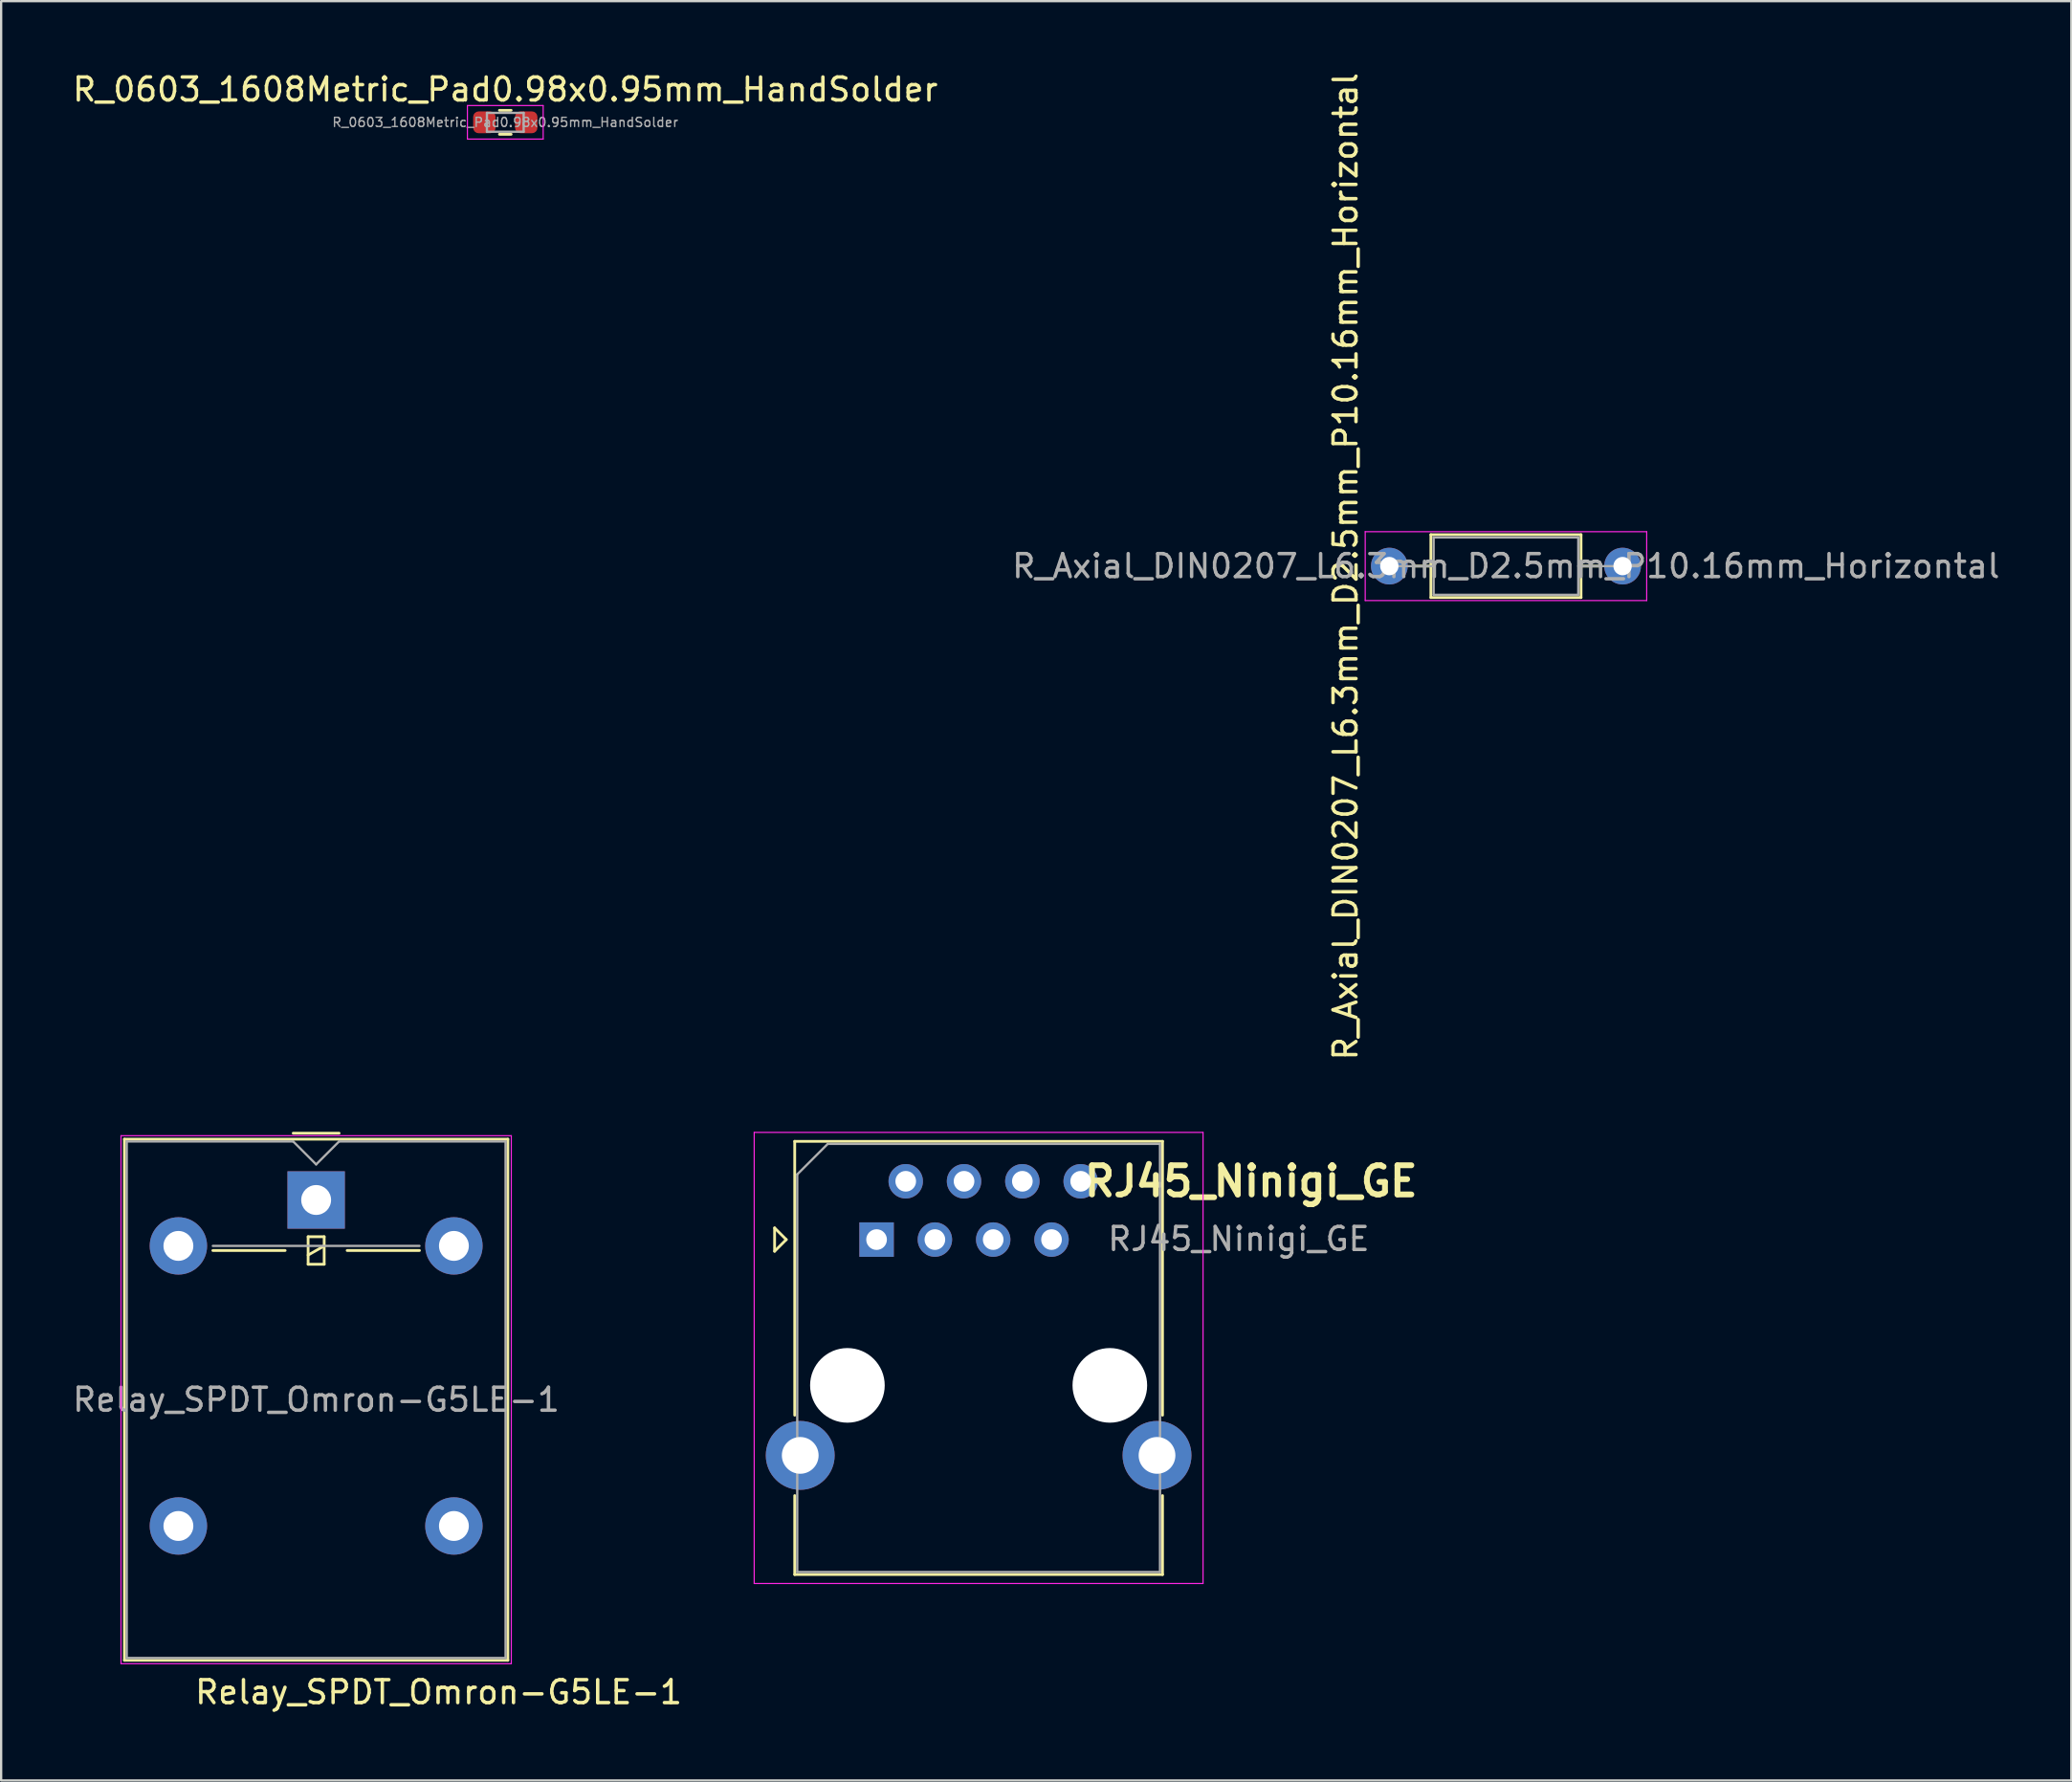
<source format=kicad_pcb>
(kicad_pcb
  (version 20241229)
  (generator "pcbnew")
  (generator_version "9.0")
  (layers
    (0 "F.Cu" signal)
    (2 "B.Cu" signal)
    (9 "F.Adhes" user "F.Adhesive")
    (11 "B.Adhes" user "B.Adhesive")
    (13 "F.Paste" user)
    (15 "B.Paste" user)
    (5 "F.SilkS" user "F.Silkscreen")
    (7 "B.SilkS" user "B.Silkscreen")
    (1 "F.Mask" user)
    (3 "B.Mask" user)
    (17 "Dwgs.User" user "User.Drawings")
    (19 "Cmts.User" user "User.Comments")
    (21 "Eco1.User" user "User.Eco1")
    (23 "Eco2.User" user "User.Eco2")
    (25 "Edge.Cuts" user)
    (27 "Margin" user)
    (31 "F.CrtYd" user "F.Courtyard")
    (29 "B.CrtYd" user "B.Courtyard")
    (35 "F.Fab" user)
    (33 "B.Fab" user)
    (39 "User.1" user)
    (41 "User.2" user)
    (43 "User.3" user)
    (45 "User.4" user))
  (footprint "R_0603_1608Metric_Pad0.98x0.95mm_HandSolder"
    (layer "F.Cu")
    (at 18.958 2.278)
    (property "Reference" "R_0603_1608Metric_Pad0.98x0.95mm_HandSolder" (at 0 -1.43 0) (layer "F.SilkS") (effects (font (size 1 1) (thickness 0.15))))
    (attr smd)
    (fp_line (start -0.255 -0.522) (end 0.255 -0.522) (stroke (width 0.12) (type solid)) (layer "F.SilkS"))
    (fp_line (start -0.255 0.522) (end 0.255 0.522) (stroke (width 0.12) (type solid)) (layer "F.SilkS"))
    (fp_line (start -1.65 -0.73) (end 1.65 -0.73) (stroke (width 0.05) (type solid)) (layer "F.CrtYd"))
    (fp_line (start -1.65 0.73) (end -1.65 -0.73) (stroke (width 0.05) (type solid)) (layer "F.CrtYd"))
    (fp_line (start 1.65 -0.73) (end 1.65 0.73) (stroke (width 0.05) (type solid)) (layer "F.CrtYd"))
    (fp_line (start 1.65 0.73) (end -1.65 0.73) (stroke (width 0.05) (type solid)) (layer "F.CrtYd"))
    (fp_line (start -0.8 -0.412) (end 0.8 -0.412) (stroke (width 0.1) (type solid)) (layer "F.Fab"))
    (fp_line (start -0.8 0.412) (end -0.8 -0.412) (stroke (width 0.1) (type solid)) (layer "F.Fab"))
    (fp_line (start 0.8 -0.412) (end 0.8 0.412) (stroke (width 0.1) (type solid)) (layer "F.Fab"))
    (fp_line (start 0.8 0.412) (end -0.8 0.412) (stroke (width 0.1) (type solid)) (layer "F.Fab"))
    (fp_text user "${REFERENCE}" (at 0 0 0) (layer "F.Fab") (effects (font (size 0.4 0.4) (thickness 0.06))))
    (pad "1" smd roundrect (at -0.912 0) (size 0.975 0.95) (layers "F.Cu" "F.Mask" "F.Paste") (roundrect_rratio 0.25))
    (pad "2" smd roundrect (at 0.912 0) (size 0.975 0.95) (layers "F.Cu" "F.Mask" "F.Paste") (roundrect_rratio 0.25)))
  (footprint "Relay_SPDT_Omron-G5LE-1"
    (layer "F.Cu")
    (at 10.72 49.22)
    (property "Reference" "Relay_SPDT_Omron-G5LE-1" (at 5.334 21.438 180) (layer "F.SilkS") (effects (font (size 1 1) (thickness 0.15))))
    (attr through_hole)
    (fp_line (start -8.35 -2.65) (end -8.35 20.05) (stroke (width 0.12) (type solid)) (layer "F.SilkS"))
    (fp_line (start -8.35 20.05) (end 8.35 20.05) (stroke (width 0.12) (type solid)) (layer "F.SilkS"))
    (fp_line (start -4.5 2.2) (end -1.35 2.2) (stroke (width 0.12) (type solid)) (layer "F.SilkS"))
    (fp_line (start -1 -2.91) (end 1 -2.91) (stroke (width 0.12) (type solid)) (layer "F.SilkS"))
    (fp_line (start -0.35 1.6) (end -0.35 2.8) (stroke (width 0.12) (type solid)) (layer "F.SilkS"))
    (fp_line (start -0.35 2.4) (end 0.35 2) (stroke (width 0.12) (type solid)) (layer "F.SilkS"))
    (fp_line (start -0.35 2.8) (end 0.35 2.8) (stroke (width 0.12) (type solid)) (layer "F.SilkS"))
    (fp_line (start 0.35 1.6) (end -0.35 1.6) (stroke (width 0.12) (type solid)) (layer "F.SilkS"))
    (fp_line (start 0.35 2.8) (end 0.35 1.6) (stroke (width 0.12) (type solid)) (layer "F.SilkS"))
    (fp_line (start 1.35 2.2) (end 4.5 2.2) (stroke (width 0.12) (type solid)) (layer "F.SilkS"))
    (fp_line (start 8.35 -2.65) (end -8.35 -2.65) (stroke (width 0.12) (type solid)) (layer "F.SilkS"))
    (fp_line (start 8.35 20.05) (end 8.35 -2.65) (stroke (width 0.12) (type solid)) (layer "F.SilkS"))
    (fp_line (start -8.5 -2.8) (end -8.5 20.2) (stroke (width 0.05) (type solid)) (layer "F.CrtYd"))
    (fp_line (start -8.5 20.2) (end 8.5 20.2) (stroke (width 0.05) (type solid)) (layer "F.CrtYd"))
    (fp_line (start 8.5 -2.8) (end -8.5 -2.8) (stroke (width 0.05) (type solid)) (layer "F.CrtYd"))
    (fp_line (start 8.5 20.2) (end 8.5 -2.8) (stroke (width 0.05) (type solid)) (layer "F.CrtYd"))
    (fp_line (start -8.25 -2.55) (end -1 -2.55) (stroke (width 0.1) (type solid)) (layer "F.Fab"))
    (fp_line (start -8.25 19.95) (end -8.25 -2.55) (stroke (width 0.1) (type solid)) (layer "F.Fab"))
    (fp_line (start -4.5 2) (end 4.5 2) (stroke (width 0.1) (type solid)) (layer "F.Fab"))
    (fp_line (start -1 -2.55) (end 0 -1.55) (stroke (width 0.1) (type solid)) (layer "F.Fab"))
    (fp_line (start 0 -1.55) (end 1 -2.55) (stroke (width 0.1) (type solid)) (layer "F.Fab"))
    (fp_line (start 1 -2.55) (end 8.25 -2.55) (stroke (width 0.1) (type solid)) (layer "F.Fab"))
    (fp_line (start 8.25 -2.55) (end 8.25 19.95) (stroke (width 0.1) (type solid)) (layer "F.Fab"))
    (fp_line (start 8.25 19.95) (end -8.25 19.95) (stroke (width 0.1) (type solid)) (layer "F.Fab"))
    (fp_text user "${REFERENCE}" (at 0 8.7 180) (layer "F.Fab") (effects (font (size 1 1) (thickness 0.15))))
    (pad "1" thru_hole rect (at 0 0) (size 2.5 2.5) (drill 1.3) (layers "*.Cu" "*.Mask"))
    (pad "2" thru_hole oval (at -6 2) (size 2.5 2.5) (drill 1.3) (layers "*.Cu" "*.Mask"))
    (pad "3" thru_hole oval (at -6 14.2) (size 2.5 2.5) (drill 1.3) (layers "*.Cu" "*.Mask"))
    (pad "4" thru_hole oval (at 6 14.2) (size 2.5 2.5) (drill 1.3) (layers "*.Cu" "*.Mask"))
    (pad "5" thru_hole oval (at 6 2) (size 2.5 2.5) (drill 1.3) (layers "*.Cu" "*.Mask")))
  (footprint "R_Axial_DIN0207_L6.3mm_D2.5mm_P10.16mm_Horizontal"
    (layer "F.Cu")
    (at 57.462 21.609)
    (property "Reference" "R_Axial_DIN0207_L6.3mm_D2.5mm_P10.16mm_Horizontal" (at -1.907 0.016 90) (layer "F.SilkS") (effects (font (size 1 1) (thickness 0.15))))
    (attr through_hole)
    (fp_line (start 1.04 0) (end 1.81 0) (stroke (width 0.12) (type solid)) (layer "F.SilkS"))
    (fp_line (start 1.81 -1.37) (end 1.81 1.37) (stroke (width 0.12) (type solid)) (layer "F.SilkS"))
    (fp_line (start 1.81 1.37) (end 8.35 1.37) (stroke (width 0.12) (type solid)) (layer "F.SilkS"))
    (fp_line (start 8.35 -1.37) (end 1.81 -1.37) (stroke (width 0.12) (type solid)) (layer "F.SilkS"))
    (fp_line (start 8.35 1.37) (end 8.35 -1.37) (stroke (width 0.12) (type solid)) (layer "F.SilkS"))
    (fp_line (start 9.12 0) (end 8.35 0) (stroke (width 0.12) (type solid)) (layer "F.SilkS"))
    (fp_line (start -1.05 -1.5) (end -1.05 1.5) (stroke (width 0.05) (type solid)) (layer "F.CrtYd"))
    (fp_line (start -1.05 1.5) (end 11.21 1.5) (stroke (width 0.05) (type solid)) (layer "F.CrtYd"))
    (fp_line (start 11.21 -1.5) (end -1.05 -1.5) (stroke (width 0.05) (type solid)) (layer "F.CrtYd"))
    (fp_line (start 11.21 1.5) (end 11.21 -1.5) (stroke (width 0.05) (type solid)) (layer "F.CrtYd"))
    (fp_line (start 0 0) (end 1.93 0) (stroke (width 0.1) (type solid)) (layer "F.Fab"))
    (fp_line (start 1.93 -1.25) (end 1.93 1.25) (stroke (width 0.1) (type solid)) (layer "F.Fab"))
    (fp_line (start 1.93 1.25) (end 8.23 1.25) (stroke (width 0.1) (type solid)) (layer "F.Fab"))
    (fp_line (start 8.23 -1.25) (end 1.93 -1.25) (stroke (width 0.1) (type solid)) (layer "F.Fab"))
    (fp_line (start 8.23 1.25) (end 8.23 -1.25) (stroke (width 0.1) (type solid)) (layer "F.Fab"))
    (fp_line (start 10.16 0) (end 8.23 0) (stroke (width 0.1) (type solid)) (layer "F.Fab"))
    (fp_text user "${REFERENCE}" (at 5.08 0 0) (layer "F.Fab") (effects (font (size 1 1) (thickness 0.15))))
    (pad "1" thru_hole circle (at 0 0) (size 1.6 1.6) (drill 0.8) (layers "*.Cu" "*.Mask"))
    (pad "2" thru_hole oval (at 10.16 0) (size 1.6 1.6) (drill 0.8) (layers "*.Cu" "*.Mask")))
  (footprint "RJ45_Ninigi_GE"
    (layer "F.Cu")
    (at 35.129 50.945)
    (property "Reference" "RJ45_Ninigi_GE" (at 16.307 -2.541 0) (layer "F.SilkS") (effects (font (size 1.27 1.27) (thickness 0.254) (bold yes))))
    (attr through_hole)
    (fp_line (start -4.441 -0.508) (end -4.441 0.508) (stroke (width 0.12) (type solid)) (layer "F.SilkS"))
    (fp_line (start -4.441 0.508) (end -3.933 0) (stroke (width 0.12) (type solid)) (layer "F.SilkS"))
    (fp_line (start -3.933 0) (end -4.441 -0.508) (stroke (width 0.12) (type solid)) (layer "F.SilkS"))
    (fp_line (start -3.565 -4.28) (end -3.565 7.65) (stroke (width 0.12) (type solid)) (layer "F.SilkS"))
    (fp_line (start -3.565 11.15) (end -3.565 14.59) (stroke (width 0.12) (type solid)) (layer "F.SilkS"))
    (fp_line (start 12.455 -4.28) (end -3.565 -4.28) (stroke (width 0.12) (type solid)) (layer "F.SilkS"))
    (fp_line (start 12.455 -4.28) (end 12.455 7.65) (stroke (width 0.12) (type solid)) (layer "F.SilkS"))
    (fp_line (start 12.455 11.15) (end 12.455 14.59) (stroke (width 0.12) (type solid)) (layer "F.SilkS"))
    (fp_line (start 12.455 14.59) (end -3.565 14.59) (stroke (width 0.12) (type solid)) (layer "F.SilkS"))
    (fp_line (start -5.33 -4.67) (end 14.22 -4.67) (stroke (width 0.05) (type solid)) (layer "F.CrtYd"))
    (fp_line (start -5.33 14.98) (end -5.33 -4.67) (stroke (width 0.05) (type solid)) (layer "F.CrtYd"))
    (fp_line (start 14.22 -4.67) (end 14.22 14.98) (stroke (width 0.05) (type solid)) (layer "F.CrtYd"))
    (fp_line (start 14.22 14.98) (end -5.33 14.98) (stroke (width 0.05) (type solid)) (layer "F.CrtYd"))
    (fp_line (start -3.455 -2.84) (end -3.455 14.48) (stroke (width 0.1) (type solid)) (layer "F.Fab"))
    (fp_line (start -3.455 -2.84) (end -2.125 -4.17) (stroke (width 0.1) (type solid)) (layer "F.Fab"))
    (fp_line (start 12.345 -4.17) (end -2.125 -4.17) (stroke (width 0.1) (type solid)) (layer "F.Fab"))
    (fp_line (start 12.345 14.48) (end -3.455 14.48) (stroke (width 0.1) (type solid)) (layer "F.Fab"))
    (fp_line (start 12.345 14.48) (end 12.345 -4.17) (stroke (width 0.1) (type solid)) (layer "F.Fab"))
    (fp_text user "${REFERENCE}" (at 15.773 -0.027 0) (layer "F.Fab") (effects (font (size 1 1) (thickness 0.15))))
    (pad "" np_thru_hole circle (at -1.27 6.35) (size 3.25 3.25) (drill 3.25) (layers "*.Cu" "*.Mask"))
    (pad "" np_thru_hole circle (at 10.16 6.35 180) (size 3.25 3.25) (drill 3.25) (layers "*.Cu" "*.Mask"))
    (pad "1" thru_hole rect (at 0 0 180) (size 1.5 1.5) (drill 0.9) (layers "*.Cu" "*.Mask"))
    (pad "2" thru_hole circle (at 1.27 -2.54 180) (size 1.5 1.5) (drill 0.9) (layers "*.Cu" "*.Mask"))
    (pad "3" thru_hole circle (at 2.54 0 180) (size 1.5 1.5) (drill 0.9) (layers "*.Cu" "*.Mask"))
    (pad "4" thru_hole circle (at 3.81 -2.54 180) (size 1.5 1.5) (drill 0.9) (layers "*.Cu" "*.Mask"))
    (pad "5" thru_hole circle (at 5.08 0 180) (size 1.5 1.5) (drill 0.9) (layers "*.Cu" "*.Mask"))
    (pad "6" thru_hole circle (at 6.35 -2.54 180) (size 1.5 1.5) (drill 0.9) (layers "*.Cu" "*.Mask"))
    (pad "7" thru_hole circle (at 7.62 0 180) (size 1.5 1.5) (drill 0.9) (layers "*.Cu" "*.Mask"))
    (pad "8" thru_hole circle (at 8.89 -2.54 180) (size 1.5 1.5) (drill 0.9) (layers "*.Cu" "*.Mask"))
    (pad "SH" thru_hole circle (at -3.325 9.4) (size 3 3) (drill 1.6) (layers "*.Cu" "*.Mask"))
    (pad "SH" thru_hole circle (at 12.215 9.4 180) (size 3 3) (drill 1.6) (layers "*.Cu" "*.Mask")))
  (gr_rect
    (start -3 -3)
    (end 87.167 74.506)
    (stroke (width 0.1) (type default))
    (fill no)
    (layer "Edge.Cuts")))
</source>
